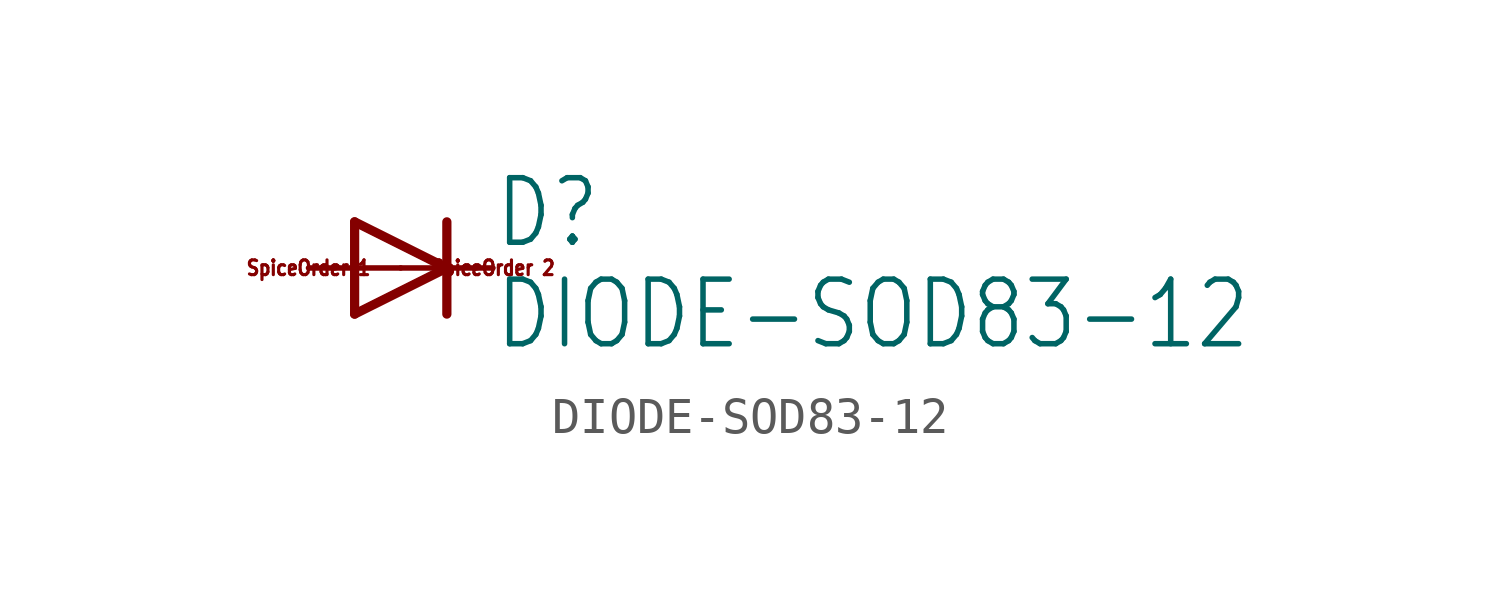
<source format=kicad_sym>
(kicad_symbol_lib
  (version 20211014)
  (generator kicad_symbol_editor)
  (symbol "DIODE-SOD83-12"
    (property "Reference" "D"
      (at 2.54 0.483 0)
      (effects (font (size 1.778 1.511)) (justify left bottom)))
    (property "Value" "DIODE-SOD83-12"
      (at 2.54 -2.311 0)
      (effects (font (size 1.778 1.511)) (justify left bottom)))
    (property "ki_locked" ""
      (at 0 0 0)
      (effects (font (size 1.27 1.27))))
    (symbol "DIODE-SOD83-12_1_0"
      (polyline (pts (xy -1.27 -1.27) (xy 1.27 0)) (stroke (width 0.254) (type default) (color 0 0 0 0)) (fill (type none)))
      (polyline (pts (xy -1.27 1.27) (xy -1.27 -1.27)) (stroke (width 0.254) (type default) (color 0 0 0 0)) (fill (type none)))
      (polyline (pts (xy 1.27 0) (xy -1.27 1.27)) (stroke (width 0.254) (type default) (color 0 0 0 0)) (fill (type none)))
      (polyline (pts (xy 1.27 0) (xy 1.27 -1.27)) (stroke (width 0.254) (type default) (color 0 0 0 0)) (fill (type none)))
      (polyline (pts (xy 1.27 1.27) (xy 1.27 0)) (stroke (width 0.254) (type default) (color 0 0 0 0)) (fill (type none)))
      (text "SpiceOrder 1" (at -2.54 0 0) (effects (font (size 0.406 0.345))))
      (text "SpiceOrder 2" (at 2.54 0 0) (effects (font (size 0.406 0.345))))
      (pin passive line (at -2.54 0 0) (length 2.54) (name "A" (effects (font (size 0 0)))) (number "A" (effects (font (size 0 0)))))
      (pin passive line (at 2.54 0 180) (length 2.54) (name "C" (effects (font (size 0 0)))) (number "C" (effects (font (size 0 0))))))))
</source>
